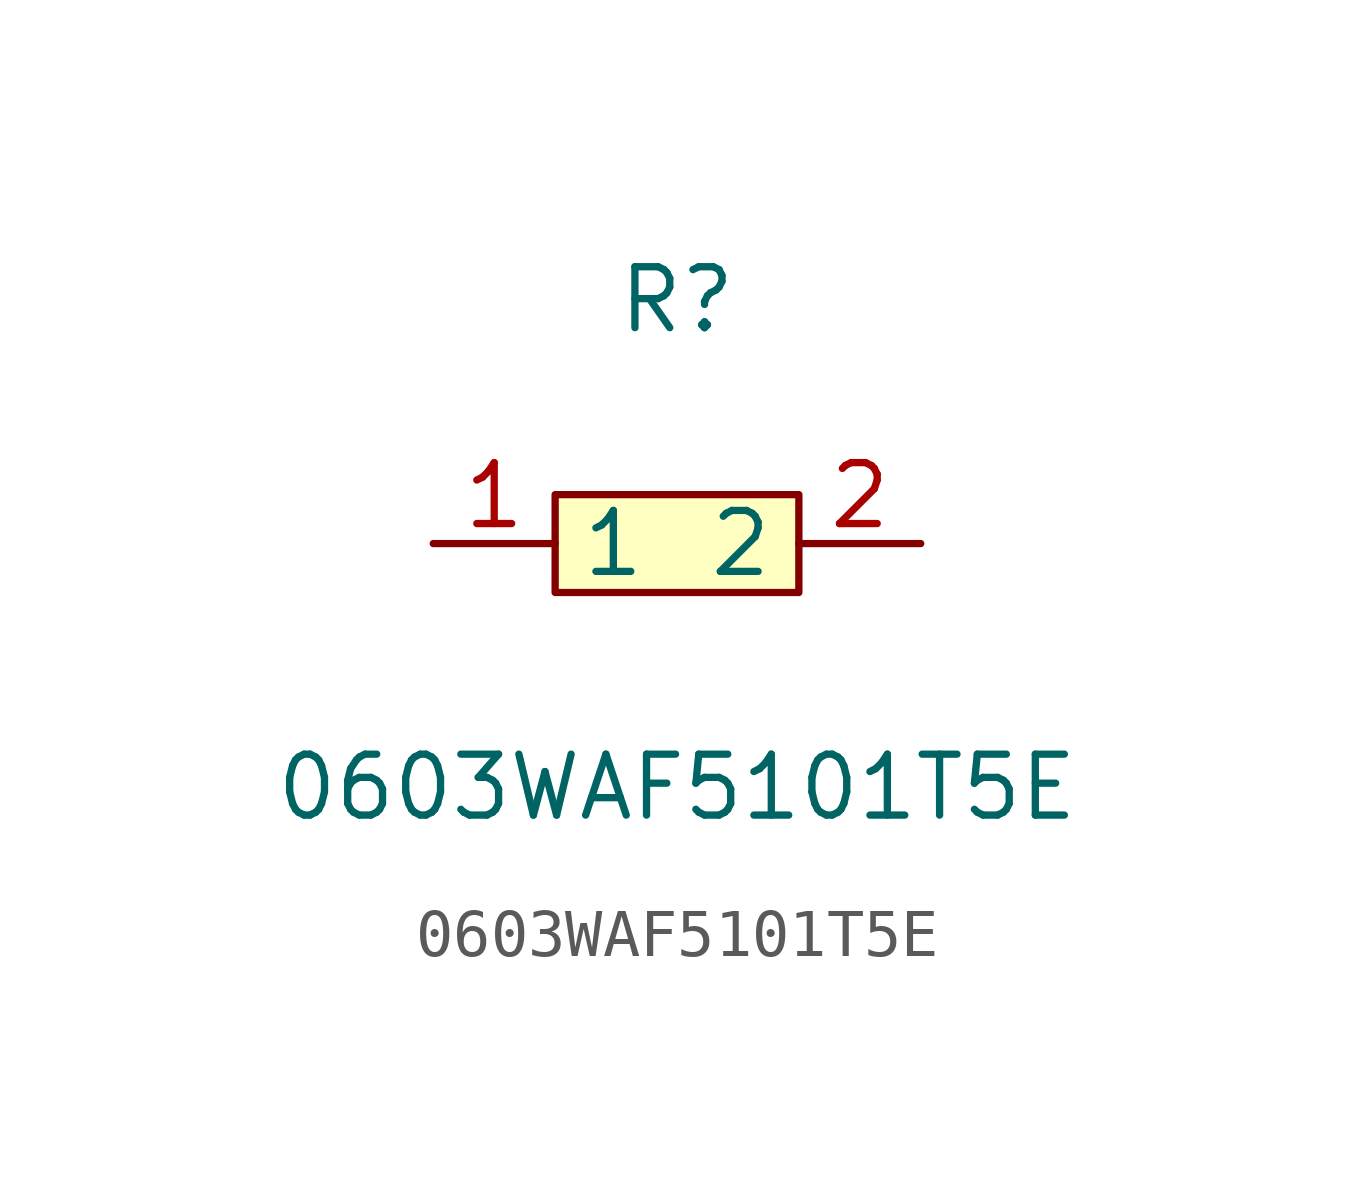
<source format=kicad_sym>
(kicad_symbol_lib
  (version 1)
  (generator "faebryk")
  (symbol "0603WAF5101T5E"
    (property "Reference" "R"
      (at 0 5.08 0)
      (effects (font (size 1.27 1.27)) (hide no)))
    (property "Value" "0603WAF5101T5E"
      (at 0 -5.08 0)
      (effects (font (size 1.27 1.27)) (hide no)))
    (symbol "0603WAF5101T5E_0_1"
      (rectangle (start -2.54 1.02) (end 2.54 -1.02) (stroke (width 0) (type default) (color 0 0 0 0)) (fill (type background)))
      (pin input line (at 5.08 0 180) (length 2.54) (name "2" (effects (font (size 1.27 1.27)) (hide no))) (number "2" (effects (font (size 1.27 1.27)) (hide no))))
      (pin input line (at -5.08 0 0) (length 2.54) (name "1" (effects (font (size 1.27 1.27)) (hide no))) (number "1" (effects (font (size 1.27 1.27)) (hide no)))))))
</source>
